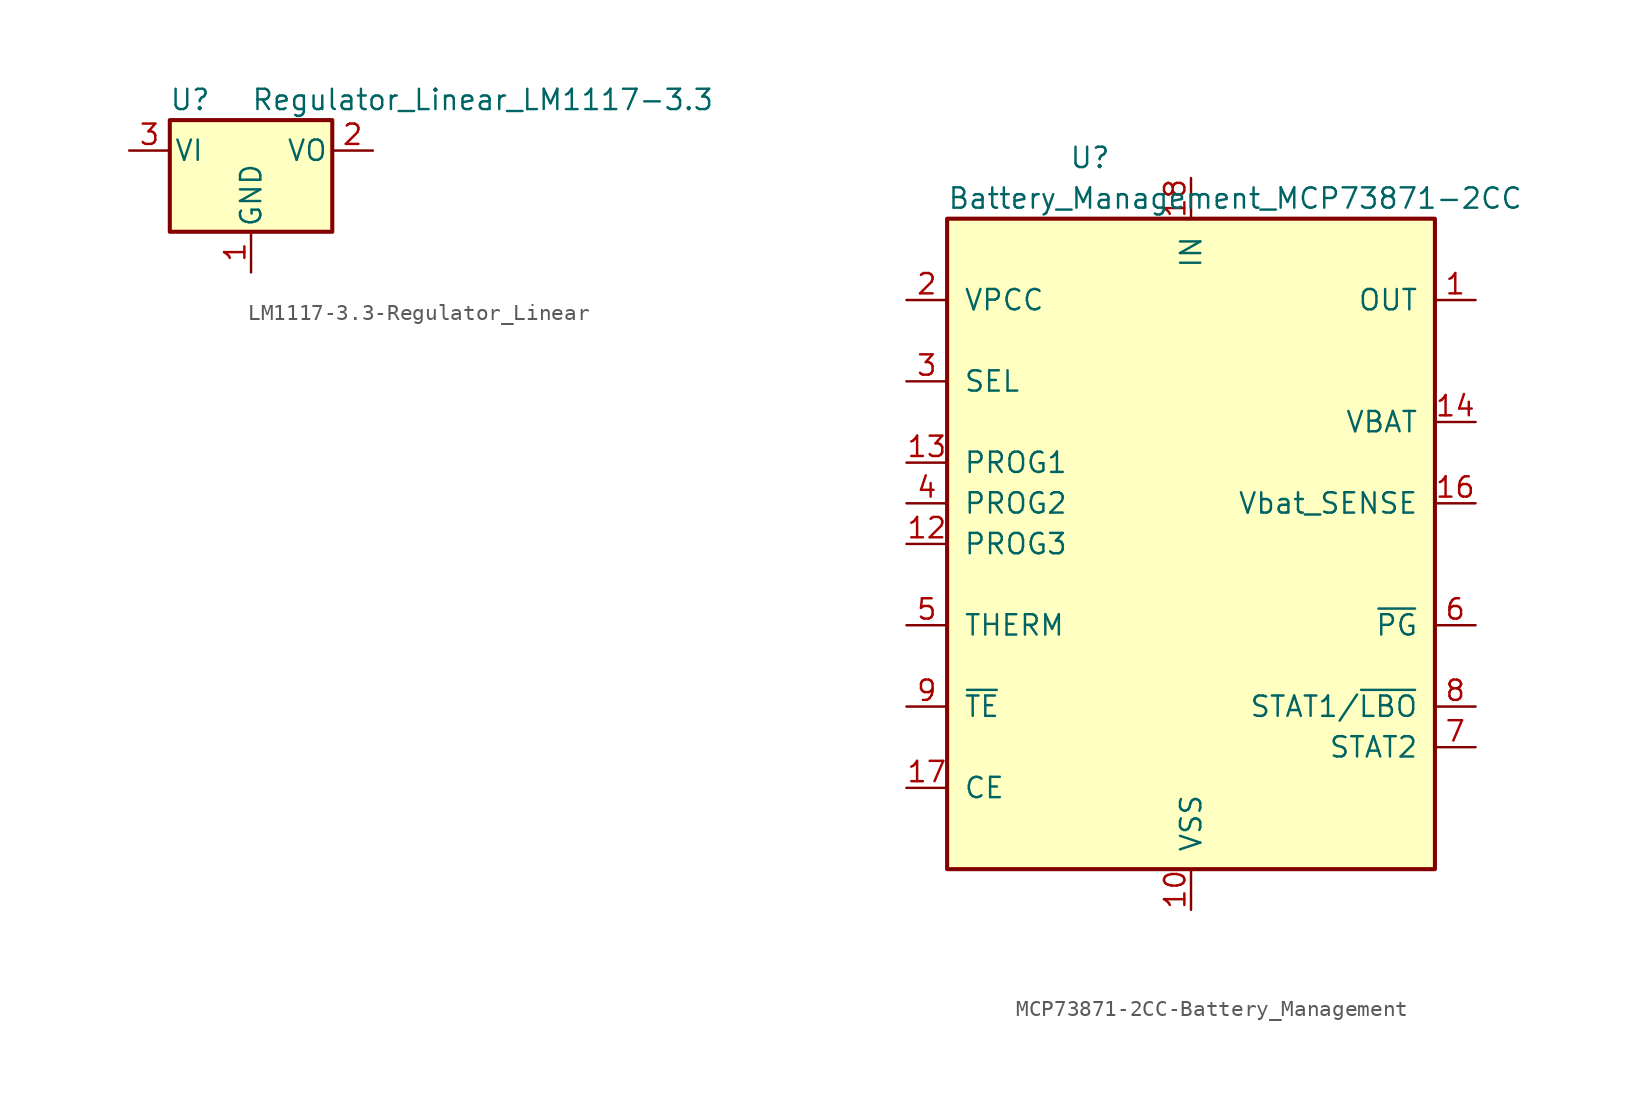
<source format=kicad_sym>
(kicad_symbol_lib
  (version 20220914)
  (generator kicad_symbol_editor)
  (symbol "LM1117-3.3-Regulator_Linear"
    (pin_names
      (offset 0.254))
    (property "Reference" "U"
      (at -3.81 3.175 0)
      (effects (font (size 1.27 1.27))))
    (property "Value" "Regulator_Linear_LM1117-3.3"
      (at 0 3.175 0)
      (effects (font (size 1.27 1.27)) (justify left)))
    (symbol "LM1117-3.3-Regulator_Linear_0_1"
      (rectangle (start -5.08 -5.08) (end 5.08 1.905) (stroke (width 0.254) (type solid)) (fill (type background))))
    (symbol "LM1117-3.3-Regulator_Linear_1_1"
      (pin power_in line (at 0 -7.62 90) (length 2.54) (name "GND" (effects (font (size 1.27 1.27)))) (number "1" (effects (font (size 1.27 1.27)))))
      (pin power_out line (at 7.62 0 180) (length 2.54) (name "VO" (effects (font (size 1.27 1.27)))) (number "2" (effects (font (size 1.27 1.27)))))
      (pin power_in line (at -7.62 0 0) (length 2.54) (name "VI" (effects (font (size 1.27 1.27)))) (number "3" (effects (font (size 1.27 1.27)))))))
  (symbol "MCP73871-2CC-Battery_Management"
    (pin_names
      (offset 1.016))
    (property "Reference" "U"
      (at -7.62 24.13 0)
      (effects (font (size 1.27 1.27)) (justify left)))
    (property "Value" "Battery_Management_MCP73871-2CC"
      (at -15.24 21.59 0)
      (effects (font (size 1.27 1.27)) (justify left)))
    (symbol "MCP73871-2CC-Battery_Management_0_1"
      (rectangle (start -15.24 20.32) (end 15.24 -20.32) (stroke (width 0.254) (type solid)) (fill (type background))))
    (symbol "MCP73871-2CC-Battery_Management_1_1"
      (pin power_out line (at 17.78 15.24 180) (length 2.54) (name "OUT" (effects (font (size 1.27 1.27)))) (number "1" (effects (font (size 1.27 1.27)))))
      (pin power_in line (at 0 -22.86 90) (length 2.54) (name "VSS" (effects (font (size 1.27 1.27)))) (number "10" (effects (font (size 1.27 1.27)))))
      (pin passive line (at 0 -22.86 90) (length 2.54) hide (name "VSS" (effects (font (size 1.27 1.27)))) (number "11" (effects (font (size 1.27 1.27)))))
      (pin bidirectional line (at -17.78 0 0) (length 2.54) (name "PROG3" (effects (font (size 1.27 1.27)))) (number "12" (effects (font (size 1.27 1.27)))))
      (pin bidirectional line (at -17.78 5.08 0) (length 2.54) (name "PROG1" (effects (font (size 1.27 1.27)))) (number "13" (effects (font (size 1.27 1.27)))))
      (pin power_out line (at 17.78 7.62 180) (length 2.54) (name "VBAT" (effects (font (size 1.27 1.27)))) (number "14" (effects (font (size 1.27 1.27)))))
      (pin passive line (at 17.78 7.62 180) (length 2.54) hide (name "VBAT" (effects (font (size 1.27 1.27)))) (number "15" (effects (font (size 1.27 1.27)))))
      (pin input line (at 17.78 2.54 180) (length 2.54) (name "Vbat_SENSE" (effects (font (size 1.27 1.27)))) (number "16" (effects (font (size 1.27 1.27)))))
      (pin input line (at -17.78 -15.24 0) (length 2.54) (name "CE" (effects (font (size 1.27 1.27)))) (number "17" (effects (font (size 1.27 1.27)))))
      (pin power_in line (at 0 22.86 270) (length 2.54) (name "IN" (effects (font (size 1.27 1.27)))) (number "18" (effects (font (size 1.27 1.27)))))
      (pin passive line (at 0 22.86 270) (length 2.54) hide (name "IN" (effects (font (size 1.27 1.27)))) (number "19" (effects (font (size 1.27 1.27)))))
      (pin input line (at -17.78 15.24 0) (length 2.54) (name "VPCC" (effects (font (size 1.27 1.27)))) (number "2" (effects (font (size 1.27 1.27)))))
      (pin passive line (at 17.78 15.24 180) (length 2.54) hide (name "OUT" (effects (font (size 1.27 1.27)))) (number "20" (effects (font (size 1.27 1.27)))))
      (pin passive line (at 0 -22.86 90) (length 2.54) hide (name "VSS" (effects (font (size 1.27 1.27)))) (number "21" (effects (font (size 1.27 1.27)))))
      (pin input line (at -17.78 10.16 0) (length 2.54) (name "SEL" (effects (font (size 1.27 1.27)))) (number "3" (effects (font (size 1.27 1.27)))))
      (pin input line (at -17.78 2.54 0) (length 2.54) (name "PROG2" (effects (font (size 1.27 1.27)))) (number "4" (effects (font (size 1.27 1.27)))))
      (pin bidirectional line (at -17.78 -5.08 0) (length 2.54) (name "THERM" (effects (font (size 1.27 1.27)))) (number "5" (effects (font (size 1.27 1.27)))))
      (pin open_collector line (at 17.78 -5.08 180) (length 2.54) (name "~{PG}" (effects (font (size 1.27 1.27)))) (number "6" (effects (font (size 1.27 1.27)))))
      (pin open_collector line (at 17.78 -12.7 180) (length 2.54) (name "STAT2" (effects (font (size 1.27 1.27)))) (number "7" (effects (font (size 1.27 1.27)))))
      (pin open_collector line (at 17.78 -10.16 180) (length 2.54) (name "STAT1/~{LBO}" (effects (font (size 1.27 1.27)))) (number "8" (effects (font (size 1.27 1.27)))))
      (pin input line (at -17.78 -10.16 0) (length 2.54) (name "~{TE}" (effects (font (size 1.27 1.27)))) (number "9" (effects (font (size 1.27 1.27))))))))
</source>
